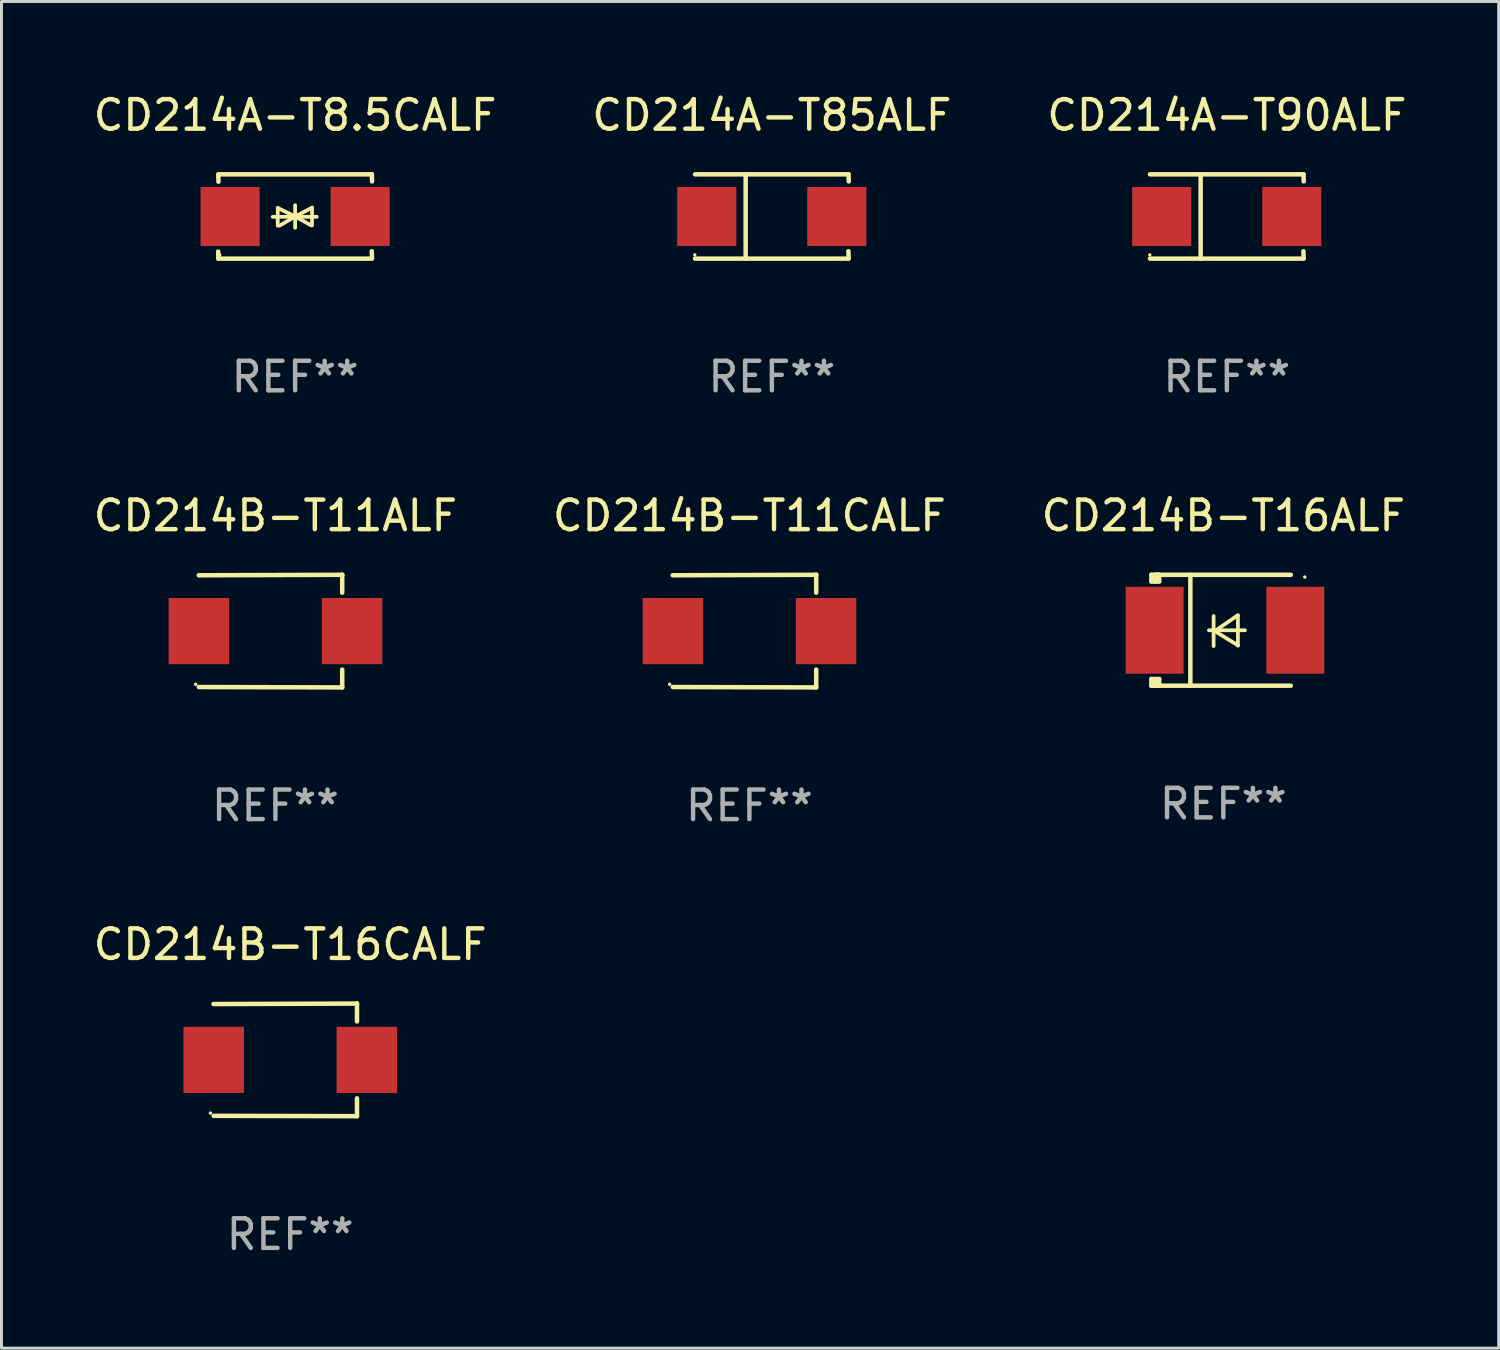
<source format=kicad_pcb>
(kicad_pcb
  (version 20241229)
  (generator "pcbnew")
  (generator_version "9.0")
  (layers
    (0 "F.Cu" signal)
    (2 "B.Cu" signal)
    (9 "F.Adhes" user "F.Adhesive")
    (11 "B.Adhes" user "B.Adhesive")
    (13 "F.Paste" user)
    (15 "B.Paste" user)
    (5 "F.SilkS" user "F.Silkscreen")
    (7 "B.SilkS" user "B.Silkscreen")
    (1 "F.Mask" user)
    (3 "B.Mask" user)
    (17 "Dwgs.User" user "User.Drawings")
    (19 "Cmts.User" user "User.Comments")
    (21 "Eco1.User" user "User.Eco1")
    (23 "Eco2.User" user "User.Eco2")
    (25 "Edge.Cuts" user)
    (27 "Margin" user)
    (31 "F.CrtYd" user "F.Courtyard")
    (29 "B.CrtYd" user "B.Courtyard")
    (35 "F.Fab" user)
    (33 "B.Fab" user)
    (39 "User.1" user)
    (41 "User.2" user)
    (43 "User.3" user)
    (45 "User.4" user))
  (footprint "CD214B-T11CALF"
    (layer "F.Cu")
    (at 22.304 18.302)
    (property "Reference" "CD214B-T11CALF" (at 0 -3.905 0) (layer "F.SilkS") (effects (font (size 1 1) (thickness 0.15))))
    (attr through_hole)
    (fp_line (start 2.256 -1.905) (end -2.594 -1.889) (stroke (width 0.152) (type solid)) (layer "F.SilkS"))
    (fp_line (start 2.256 -1.905) (end 2.26 -1.905) (stroke (width 0.152) (type solid)) (layer "F.SilkS"))
    (fp_line (start 2.26 -1.905) (end 2.26 -1.301) (stroke (width 0.152) (type solid)) (layer "F.SilkS"))
    (fp_line (start 2.26 1.301) (end 2.26 1.905) (stroke (width 0.152) (type solid)) (layer "F.SilkS"))
    (fp_line (start 2.26 1.905) (end -2.59 1.892) (stroke (width 0.152) (type solid)) (layer "F.SilkS"))
    (fp_circle (center -2.697 1.8) (end -2.667 1.8) (stroke (width 0.06) (type solid)) (fill no) (layer "F.SilkS"))
    (fp_text user "REF**" (at 0 5.905 0) (layer "F.Fab") (effects (font (size 1 1) (thickness 0.15))))
    (pad "1" smd rect (at -2.588 0) (size 2.047 2.241) (layers "F.Cu" "F.Mask" "F.Paste"))
    (pad "2" smd rect (at 2.594 0) (size 2.047 2.241) (layers "F.Cu" "F.Mask" "F.Paste")))
  (footprint "CD214A-T85ALF"
    (layer "F.Cu")
    (at 23.065 4.274)
    (property "Reference" "CD214A-T85ALF" (at 0 -3.426 0) (layer "F.SilkS") (effects (font (size 1 1) (thickness 0.15))))
    (attr through_hole)
    (fp_line (start -2.6 -1.426) (end 2.593 -1.426) (stroke (width 0.152) (type solid)) (layer "F.SilkS"))
    (fp_line (start -2.6 1.426) (end 2.593 1.426) (stroke (width 0.152) (type solid)) (layer "F.SilkS"))
    (fp_line (start -0.887 -1.426) (end -0.887 1.426) (stroke (width 0.152) (type solid)) (layer "F.SilkS"))
    (fp_line (start 2.59 1.176) (end 2.597 1.415) (stroke (width 0.152) (type solid)) (layer "F.SilkS"))
    (fp_line (start 2.593 -1.426) (end 2.6 -1.187) (stroke (width 0.152) (type solid)) (layer "F.SilkS"))
    (fp_circle (center -2.608 1.3) (end -2.578 1.3) (stroke (width 0.06) (type solid)) (fill no) (layer "F.SilkS"))
    (fp_text user "REF**" (at 0 5.426 0) (layer "F.Fab") (effects (font (size 1 1) (thickness 0.15))))
    (pad "1" smd rect (at -2.203 0 180) (size 2 2) (layers "F.Cu" "F.Mask" "F.Paste"))
    (pad "2" smd rect (at 2.197 0 180) (size 2 2) (layers "F.Cu" "F.Mask" "F.Paste")))
  (footprint "CD214B-T16CALF"
    (layer "F.Cu")
    (at 6.768 32.809)
    (property "Reference" "CD214B-T16CALF" (at 0 -3.905 0) (layer "F.SilkS") (effects (font (size 1 1) (thickness 0.15))))
    (attr through_hole)
    (fp_line (start 2.256 -1.905) (end -2.594 -1.889) (stroke (width 0.152) (type solid)) (layer "F.SilkS"))
    (fp_line (start 2.256 -1.905) (end 2.26 -1.905) (stroke (width 0.152) (type solid)) (layer "F.SilkS"))
    (fp_line (start 2.26 -1.905) (end 2.26 -1.301) (stroke (width 0.152) (type solid)) (layer "F.SilkS"))
    (fp_line (start 2.26 1.301) (end 2.26 1.905) (stroke (width 0.152) (type solid)) (layer "F.SilkS"))
    (fp_line (start 2.26 1.905) (end -2.59 1.892) (stroke (width 0.152) (type solid)) (layer "F.SilkS"))
    (fp_circle (center -2.697 1.8) (end -2.667 1.8) (stroke (width 0.06) (type solid)) (fill no) (layer "F.SilkS"))
    (fp_text user "REF**" (at 0 5.905 0) (layer "F.Fab") (effects (font (size 1 1) (thickness 0.15))))
    (pad "1" smd rect (at -2.588 0) (size 2.047 2.241) (layers "F.Cu" "F.Mask" "F.Paste"))
    (pad "2" smd rect (at 2.594 0) (size 2.047 2.241) (layers "F.Cu" "F.Mask" "F.Paste")))
  (footprint "CD214A-T90ALF"
    (layer "F.Cu")
    (at 38.458 4.274)
    (property "Reference" "CD214A-T90ALF" (at 0 -3.426 0) (layer "F.SilkS") (effects (font (size 1 1) (thickness 0.15))))
    (attr through_hole)
    (fp_line (start -2.6 -1.426) (end 2.593 -1.426) (stroke (width 0.152) (type solid)) (layer "F.SilkS"))
    (fp_line (start -2.6 1.426) (end 2.593 1.426) (stroke (width 0.152) (type solid)) (layer "F.SilkS"))
    (fp_line (start -0.887 -1.426) (end -0.887 1.426) (stroke (width 0.152) (type solid)) (layer "F.SilkS"))
    (fp_line (start 2.59 1.176) (end 2.597 1.415) (stroke (width 0.152) (type solid)) (layer "F.SilkS"))
    (fp_line (start 2.593 -1.426) (end 2.6 -1.187) (stroke (width 0.152) (type solid)) (layer "F.SilkS"))
    (fp_circle (center -2.608 1.3) (end -2.578 1.3) (stroke (width 0.06) (type solid)) (fill no) (layer "F.SilkS"))
    (fp_text user "REF**" (at 0 5.426 0) (layer "F.Fab") (effects (font (size 1 1) (thickness 0.15))))
    (pad "1" smd rect (at -2.203 0 180) (size 2 2) (layers "F.Cu" "F.Mask" "F.Paste"))
    (pad "2" smd rect (at 2.197 0 180) (size 2 2) (layers "F.Cu" "F.Mask" "F.Paste")))
  (footprint "CD214A-T8.5CALF"
    (layer "F.Cu")
    (at 6.935 4.274)
    (property "Reference" "CD214A-T8.5CALF" (at 0 -3.426 0) (layer "F.SilkS") (effects (font (size 1 1) (thickness 0.15))))
    (attr through_hole)
    (fp_line (start -2.596 -1.426) (end 2.596 -1.426) (stroke (width 0.152) (type solid)) (layer "F.SilkS"))
    (fp_line (start -2.596 1.426) (end -2.603 1.187) (stroke (width 0.152) (type solid)) (layer "F.SilkS"))
    (fp_line (start -2.596 1.426) (end 2.596 1.426) (stroke (width 0.152) (type solid)) (layer "F.SilkS"))
    (fp_line (start -2.593 -1.176) (end -2.6 -1.415) (stroke (width 0.152) (type solid)) (layer "F.SilkS"))
    (fp_line (start -0.758 0.011) (end 0.732 0.011) (stroke (width 0.127) (type solid)) (layer "F.SilkS"))
    (fp_line (start -0.588 -0.289) (end -0.588 0.311) (stroke (width 0.127) (type solid)) (layer "F.SilkS"))
    (fp_line (start -0.588 -0.289) (end 0 0) (stroke (width 0.127) (type solid)) (layer "F.SilkS"))
    (fp_line (start -0.528 0.311) (end 0 0) (stroke (width 0.127) (type solid)) (layer "F.SilkS"))
    (fp_line (start 0 0) (end 0 -0.381) (stroke (width 0.127) (type solid)) (layer "F.SilkS"))
    (fp_line (start 0 0) (end 0 0.381) (stroke (width 0.127) (type solid)) (layer "F.SilkS"))
    (fp_line (start 0.542 0.301) (end 0 0) (stroke (width 0.127) (type solid)) (layer "F.SilkS"))
    (fp_line (start 0.572 -0.299) (end 0 0) (stroke (width 0.127) (type solid)) (layer "F.SilkS"))
    (fp_line (start 0.572 -0.299) (end 0.572 0.301) (stroke (width 0.127) (type solid)) (layer "F.SilkS"))
    (fp_line (start 2.593 1.176) (end 2.6 1.415) (stroke (width 0.152) (type solid)) (layer "F.SilkS"))
    (fp_line (start 2.596 -1.426) (end 2.603 -1.187) (stroke (width 0.152) (type solid)) (layer "F.SilkS"))
    (fp_circle (center -2.55 1.3) (end -2.52 1.3) (stroke (width 0.06) (type solid)) (fill no) (layer "F.SilkS"))
    (fp_text user "REF**" (at 0 5.426 0) (layer "F.Fab") (effects (font (size 1 1) (thickness 0.15))))
    (pad "1" smd rect (at -2.2 0 180) (size 2 2) (layers "F.Cu" "F.Mask" "F.Paste"))
    (pad "2" smd rect (at 2.2 0 180) (size 2 2) (layers "F.Cu" "F.Mask" "F.Paste")))
  (footprint "CD214B-T16ALF"
    (layer "F.Cu")
    (at 38.339 18.273)
    (property "Reference" "CD214B-T16ALF" (at 0 -3.876 0) (layer "F.SilkS") (effects (font (size 1 1) (thickness 0.15))))
    (attr through_hole)
    (fp_line (start -2.435 1.65) (end -2.171 1.65) (stroke (width 0.152) (type solid)) (layer "F.SilkS"))
    (fp_line (start -2.435 1.876) (end -2.435 1.65) (stroke (width 0.152) (type solid)) (layer "F.SilkS"))
    (fp_line (start -2.435 -1.876) (end -2.171 -1.876) (stroke (width 0.152) (type solid)) (layer "F.SilkS"))
    (fp_line (start -2.435 -1.65) (end -2.435 -1.876) (stroke (width 0.152) (type solid)) (layer "F.SilkS"))
    (fp_line (start -2.305 -1.866) (end -2.295 -1.876) (stroke (width 0.152) (type solid)) (layer "F.SilkS"))
    (fp_line (start -2.305 -1.65) (end -2.305 -1.866) (stroke (width 0.152) (type solid)) (layer "F.SilkS"))
    (fp_line (start -2.305 1.876) (end -2.305 1.65) (stroke (width 0.152) (type solid)) (layer "F.SilkS"))
    (fp_line (start -2.295 -1.876) (end -2.295 -1.65) (stroke (width 0.152) (type solid)) (layer "F.SilkS"))
    (fp_line (start -2.171 1.876) (end -2.435 1.876) (stroke (width 0.152) (type solid)) (layer "F.SilkS"))
    (fp_line (start -2.171 -1.65) (end -2.435 -1.65) (stroke (width 0.152) (type solid)) (layer "F.SilkS"))
    (fp_line (start -2.171 -1.876) (end -2.295 -1.876) (stroke (width 0.152) (type solid)) (layer "F.SilkS"))
    (fp_line (start -2.171 -1.65) (end -2.171 -1.876) (stroke (width 0.152) (type solid)) (layer "F.SilkS"))
    (fp_line (start -2.171 1.876) (end -2.305 1.876) (stroke (width 0.152) (type solid)) (layer "F.SilkS"))
    (fp_line (start -2.171 1.876) (end -2.171 1.65) (stroke (width 0.152) (type solid)) (layer "F.SilkS"))
    (fp_line (start -1.116 1.876) (end -1.116 -1.876) (stroke (width 0.152) (type solid)) (layer "F.SilkS"))
    (fp_line (start -0.488 0.000102) (end 0.731 0.000102) (stroke (width 0.127) (type solid)) (layer "F.SilkS"))
    (fp_line (start -0.329 -0.48) (end -0.329 0.536) (stroke (width 0.127) (type solid)) (layer "F.SilkS"))
    (fp_line (start -0.29 0.03) (end 0.493 0.51) (stroke (width 0.127) (type solid)) (layer "F.SilkS"))
    (fp_line (start 0.493 -0.51) (end -0.29 0.03) (stroke (width 0.127) (type solid)) (layer "F.SilkS"))
    (fp_line (start 0.493 0.52) (end 0.493 -0.496) (stroke (width 0.127) (type solid)) (layer "F.SilkS"))
    (fp_line (start 2.281 -1.876) (end -2.171 -1.876) (stroke (width 0.152) (type solid)) (layer "F.SilkS"))
    (fp_line (start 2.281 1.876) (end -2.171 1.876) (stroke (width 0.152) (type solid)) (layer "F.SilkS"))
    (fp_circle (center 2.755 -1.8) (end 2.785 -1.8) (stroke (width 0.06) (type solid)) (fill no) (layer "F.SilkS"))
    (fp_text user "REF**" (at 0 5.876 0) (layer "F.Fab") (effects (font (size 1 1) (thickness 0.15))))
    (pad "1" smd rect (at 2.435 -0.000025 180) (size 1.96 2.94) (layers "F.Cu" "F.Mask" "F.Paste"))
    (pad "2" smd rect (at -2.325 -0.000025 180) (size 1.96 2.94) (layers "F.Cu" "F.Mask" "F.Paste")))
  (footprint "CD214B-T11ALF"
    (layer "F.Cu")
    (at 6.268 18.302)
    (property "Reference" "CD214B-T11ALF" (at 0 -3.905 0) (layer "F.SilkS") (effects (font (size 1 1) (thickness 0.15))))
    (attr through_hole)
    (fp_line (start 2.256 -1.905) (end -2.594 -1.889) (stroke (width 0.152) (type solid)) (layer "F.SilkS"))
    (fp_line (start 2.256 -1.905) (end 2.26 -1.905) (stroke (width 0.152) (type solid)) (layer "F.SilkS"))
    (fp_line (start 2.26 -1.905) (end 2.26 -1.301) (stroke (width 0.152) (type solid)) (layer "F.SilkS"))
    (fp_line (start 2.26 1.301) (end 2.26 1.905) (stroke (width 0.152) (type solid)) (layer "F.SilkS"))
    (fp_line (start 2.26 1.905) (end -2.59 1.892) (stroke (width 0.152) (type solid)) (layer "F.SilkS"))
    (fp_circle (center -2.697 1.8) (end -2.667 1.8) (stroke (width 0.06) (type solid)) (fill no) (layer "F.SilkS"))
    (fp_text user "REF**" (at 0 5.905 0) (layer "F.Fab") (effects (font (size 1 1) (thickness 0.15))))
    (pad "1" smd rect (at -2.588 0) (size 2.047 2.241) (layers "F.Cu" "F.Mask" "F.Paste"))
    (pad "2" smd rect (at 2.594 0) (size 2.047 2.241) (layers "F.Cu" "F.Mask" "F.Paste")))
  (gr_rect
    (start -3 -3)
    (end 47.655 42.562)
    (stroke (width 0.1) (type default))
    (fill no)
    (layer "Edge.Cuts")))
</source>
